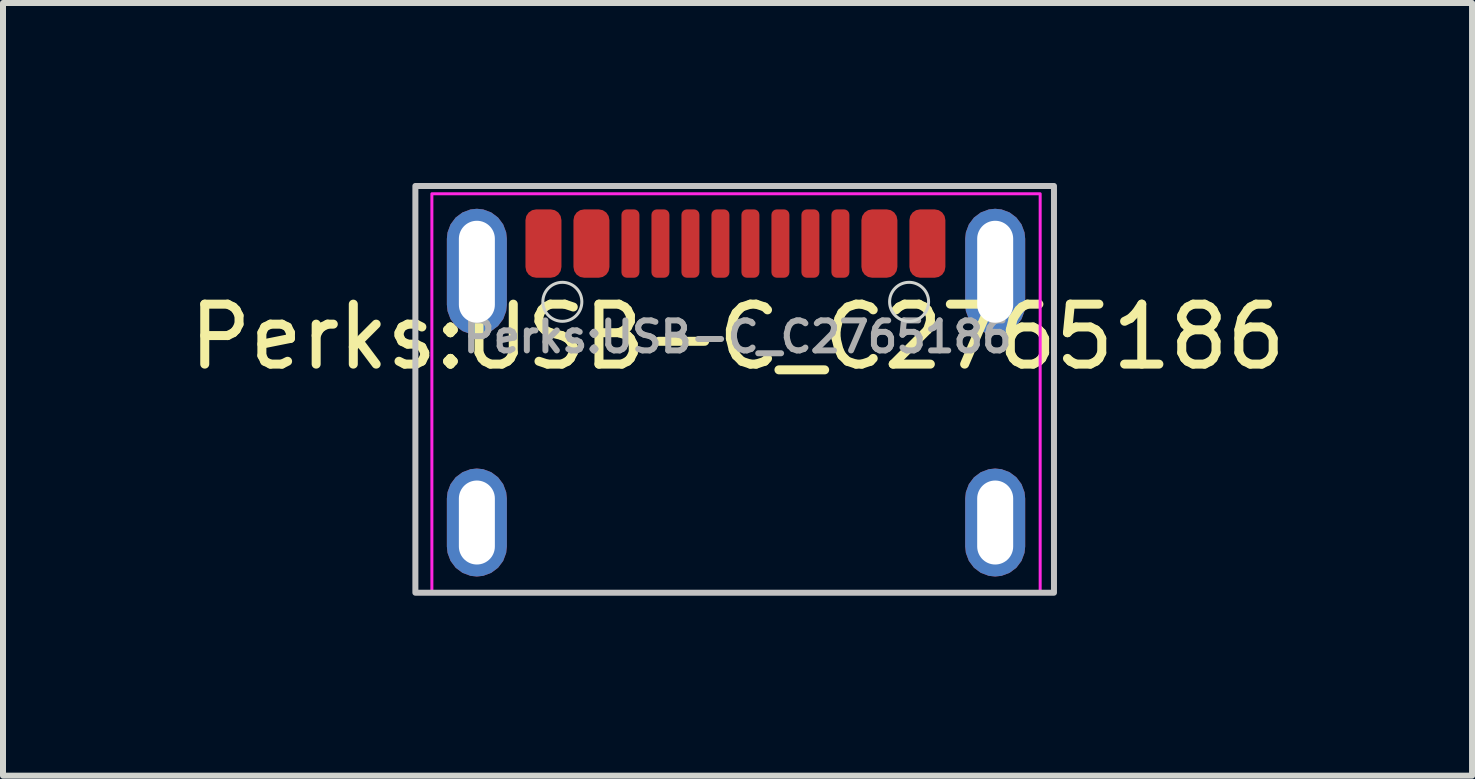
<source format=kicad_pcb>
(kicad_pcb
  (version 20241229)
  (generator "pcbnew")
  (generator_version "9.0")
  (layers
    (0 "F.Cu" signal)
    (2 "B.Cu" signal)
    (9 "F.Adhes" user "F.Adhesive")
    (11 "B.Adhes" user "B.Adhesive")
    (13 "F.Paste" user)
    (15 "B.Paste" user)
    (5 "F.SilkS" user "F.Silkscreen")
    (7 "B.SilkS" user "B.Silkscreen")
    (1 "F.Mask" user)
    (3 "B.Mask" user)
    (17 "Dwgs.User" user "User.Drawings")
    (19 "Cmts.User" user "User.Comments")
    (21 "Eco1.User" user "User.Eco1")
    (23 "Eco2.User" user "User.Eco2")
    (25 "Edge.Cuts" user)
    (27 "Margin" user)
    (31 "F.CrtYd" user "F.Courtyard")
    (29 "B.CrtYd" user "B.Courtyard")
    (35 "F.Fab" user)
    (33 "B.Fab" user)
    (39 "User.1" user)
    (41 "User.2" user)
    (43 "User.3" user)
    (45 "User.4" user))
  (footprint "Perks{colon}USB-C_C2765186"
    (layer "F.Cu")
    (at 9.244 2.565)
    (property "Reference" "Perks{colon}USB-C_C2765186" (at 0 0 0) (layer "F.SilkS") (effects (font (size 1 1) (thickness 0.15))))
    (fp_poly (pts (xy -5.37 -2.515) (xy 5.275 -2.515) (xy 5.275 4.265) (xy -5.37 4.265)) (stroke (width 0.1) (type default)) (fill no) (layer "Dwgs.User"))
    (fp_circle (center -2.92 -0.584) (end -2.595 -0.584) (stroke (width 0.05) (type default)) (fill no) (layer "Edge.Cuts"))
    (fp_circle (center 2.86 -0.584) (end 3.185 -0.584) (stroke (width 0.05) (type default)) (fill no) (layer "Edge.Cuts"))
    (fp_rect (start -5.095 -2.385) (end 5.045 4.245) (stroke (width 0.05) (type default)) (fill no) (layer "F.CrtYd"))
    (fp_text user "${REFERENCE}" (at 0 0 0) (layer "F.Fab") (effects (font (size 0.5 0.5) (thickness 0.1))))
    (pad "1" smd roundrect (at -3.235 -1.555) (size 0.6 1.14) (layers "F.Cu" "F.Mask" "F.Paste") (roundrect_rratio 0.3))
    (pad "2" smd roundrect (at -2.435 -1.555) (size 0.6 1.14) (layers "F.Cu" "F.Mask" "F.Paste") (roundrect_rratio 0.3))
    (pad "3" smd roundrect (at -1.785 -1.555) (size 0.3 1.14) (layers "F.Cu" "F.Mask" "F.Paste") (roundrect_rratio 0.3))
    (pad "4" smd roundrect (at -1.285 -1.555) (size 0.3 1.14) (layers "F.Cu" "F.Mask" "F.Paste") (roundrect_rratio 0.3))
    (pad "5" smd roundrect (at -0.785 -1.555) (size 0.3 1.14) (layers "F.Cu" "F.Mask" "F.Paste") (roundrect_rratio 0.3))
    (pad "6" smd roundrect (at -0.285 -1.555) (size 0.3 1.14) (layers "F.Cu" "F.Mask" "F.Paste") (roundrect_rratio 0.3))
    (pad "7" smd roundrect (at 0.215 -1.555) (size 0.3 1.14) (layers "F.Cu" "F.Mask" "F.Paste") (roundrect_rratio 0.3))
    (pad "8" smd roundrect (at 0.715 -1.555) (size 0.3 1.14) (layers "F.Cu" "F.Mask" "F.Paste") (roundrect_rratio 0.3))
    (pad "9" smd roundrect (at 1.215 -1.555) (size 0.3 1.14) (layers "F.Cu" "F.Mask" "F.Paste") (roundrect_rratio 0.3))
    (pad "10" smd roundrect (at 1.715 -1.555) (size 0.3 1.14) (layers "F.Cu" "F.Mask" "F.Paste") (roundrect_rratio 0.3))
    (pad "11" smd roundrect (at 2.365 -1.555) (size 0.6 1.14) (layers "F.Cu" "F.Mask" "F.Paste") (roundrect_rratio 0.3))
    (pad "12" smd roundrect (at 3.165 -1.555) (size 0.6 1.14) (layers "F.Cu" "F.Mask" "F.Paste") (roundrect_rratio 0.3))
    (pad "EP" thru_hole roundrect (at -4.345 -1.085 90) (size 2.1 1) (drill oval 1.7 0.6) (layers "*.Cu" "*.Mask") (roundrect_rratio 0.5))
    (pad "EP" thru_hole roundrect (at -4.345 3.095 90) (size 1.8 1) (drill oval 1.4 0.6) (layers "*.Cu" "*.Mask") (roundrect_rratio 0.5))
    (pad "EP" thru_hole roundrect (at 4.295 -1.085 90) (size 2.1 1) (drill oval 1.7 0.6) (layers "*.Cu" "*.Mask") (roundrect_rratio 0.5))
    (pad "EP" thru_hole roundrect (at 4.295 3.095 90) (size 1.8 1) (drill oval 1.4 0.6) (layers "*.Cu" "*.Mask") (roundrect_rratio 0.5)))
  (gr_rect
    (start -3 -3)
    (end 21.488 9.88)
    (stroke (width 0.1) (type default))
    (fill no)
    (layer "Edge.Cuts")))
</source>
